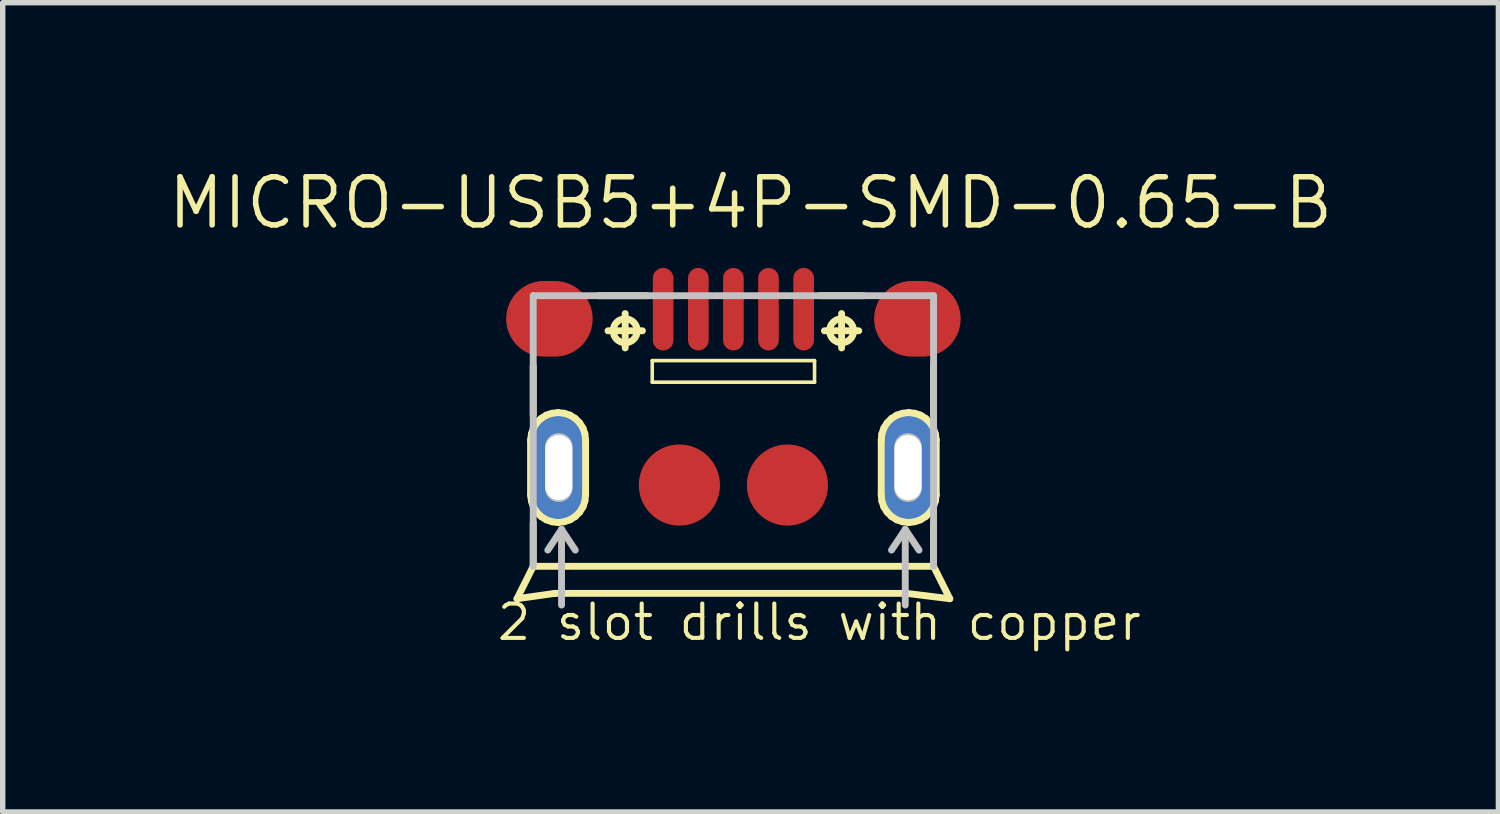
<source format=kicad_pcb>
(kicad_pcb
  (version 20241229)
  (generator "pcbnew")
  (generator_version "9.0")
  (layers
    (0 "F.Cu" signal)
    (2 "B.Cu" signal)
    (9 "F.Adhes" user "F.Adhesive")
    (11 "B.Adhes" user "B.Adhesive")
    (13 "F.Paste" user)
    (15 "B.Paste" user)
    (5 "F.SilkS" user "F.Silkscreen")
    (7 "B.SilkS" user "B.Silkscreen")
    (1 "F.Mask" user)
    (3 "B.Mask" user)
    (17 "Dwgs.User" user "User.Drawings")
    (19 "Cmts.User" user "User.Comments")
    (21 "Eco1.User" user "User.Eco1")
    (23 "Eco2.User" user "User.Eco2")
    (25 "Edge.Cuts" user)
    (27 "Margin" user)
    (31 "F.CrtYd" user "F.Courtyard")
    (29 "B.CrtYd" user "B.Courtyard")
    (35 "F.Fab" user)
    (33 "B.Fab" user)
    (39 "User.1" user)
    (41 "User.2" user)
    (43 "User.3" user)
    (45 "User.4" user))
  (footprint "MICRO-USB5+4P-SMD-0.65-B"
    (layer "F.Cu")
    (at 10.499 2.413)
    (property "Reference" "MICRO-USB5+4P-SMD-0.65-B" (at 0.318 -1.714 0) (layer "F.SilkS") (effects (font (size 0.889 0.889) (thickness 0.102))))
    (attr smd)
    (fp_line (start -3.747 2.667) (end -3.731 2.553) (stroke (width 0.127) (type solid)) (layer "F.SilkS"))
    (fp_line (start -3.747 3.683) (end -3.747 2.667) (stroke (width 0.127) (type solid)) (layer "F.SilkS"))
    (fp_line (start -3.731 2.553) (end -3.696 2.446) (stroke (width 0.127) (type solid)) (layer "F.SilkS"))
    (fp_line (start -3.731 3.795) (end -3.747 3.683) (stroke (width 0.127) (type solid)) (layer "F.SilkS"))
    (fp_line (start -3.698 2.2) (end -3.698 1.298) (stroke (width 0.127) (type solid)) (layer "F.SilkS"))
    (fp_line (start -3.698 4.999) (end -3.998 5.598) (stroke (width 0.127) (type solid)) (layer "F.SilkS"))
    (fp_line (start -3.698 4.999) (end -3.698 4.199) (stroke (width 0.127) (type solid)) (layer "F.SilkS"))
    (fp_line (start -3.698 4.999) (end 3.698 4.999) (stroke (width 0.127) (type solid)) (layer "F.SilkS"))
    (fp_line (start -3.696 2.446) (end -3.635 2.349) (stroke (width 0.127) (type solid)) (layer "F.SilkS"))
    (fp_line (start -3.696 3.901) (end -3.731 3.795) (stroke (width 0.127) (type solid)) (layer "F.SilkS"))
    (fp_line (start -3.635 2.349) (end -3.553 2.268) (stroke (width 0.127) (type solid)) (layer "F.SilkS"))
    (fp_line (start -3.635 3.998) (end -3.696 3.901) (stroke (width 0.127) (type solid)) (layer "F.SilkS"))
    (fp_line (start -3.553 2.268) (end -3.457 2.207) (stroke (width 0.127) (type solid)) (layer "F.SilkS"))
    (fp_line (start -3.553 4.079) (end -3.635 3.998) (stroke (width 0.127) (type solid)) (layer "F.SilkS"))
    (fp_line (start -3.457 2.207) (end -3.35 2.172) (stroke (width 0.127) (type solid)) (layer "F.SilkS"))
    (fp_line (start -3.457 4.14) (end -3.553 4.079) (stroke (width 0.127) (type solid)) (layer "F.SilkS"))
    (fp_line (start -3.35 2.172) (end -3.239 2.159) (stroke (width 0.127) (type solid)) (layer "F.SilkS"))
    (fp_line (start -3.35 4.176) (end -3.457 4.14) (stroke (width 0.127) (type solid)) (layer "F.SilkS"))
    (fp_line (start -3.299 5.499) (end -3.998 5.598) (stroke (width 0.127) (type solid)) (layer "F.SilkS"))
    (fp_line (start -3.299 5.499) (end 3.198 5.499) (stroke (width 0.127) (type solid)) (layer "F.SilkS"))
    (fp_line (start -3.239 2.159) (end -3.124 2.172) (stroke (width 0.127) (type solid)) (layer "F.SilkS"))
    (fp_line (start -3.239 4.191) (end -3.35 4.176) (stroke (width 0.127) (type solid)) (layer "F.SilkS"))
    (fp_line (start -3.124 2.172) (end -3.018 2.207) (stroke (width 0.127) (type solid)) (layer "F.SilkS"))
    (fp_line (start -3.124 4.176) (end -3.239 4.191) (stroke (width 0.127) (type solid)) (layer "F.SilkS"))
    (fp_line (start -3.018 2.207) (end -2.921 2.268) (stroke (width 0.127) (type solid)) (layer "F.SilkS"))
    (fp_line (start -3.018 4.14) (end -3.124 4.176) (stroke (width 0.127) (type solid)) (layer "F.SilkS"))
    (fp_line (start -2.921 2.268) (end -2.84 2.349) (stroke (width 0.127) (type solid)) (layer "F.SilkS"))
    (fp_line (start -2.921 4.079) (end -3.018 4.14) (stroke (width 0.127) (type solid)) (layer "F.SilkS"))
    (fp_line (start -2.84 2.349) (end -2.779 2.446) (stroke (width 0.127) (type solid)) (layer "F.SilkS"))
    (fp_line (start -2.84 3.998) (end -2.921 4.079) (stroke (width 0.127) (type solid)) (layer "F.SilkS"))
    (fp_line (start -2.779 2.446) (end -2.743 2.553) (stroke (width 0.127) (type solid)) (layer "F.SilkS"))
    (fp_line (start -2.779 3.901) (end -2.84 3.998) (stroke (width 0.127) (type solid)) (layer "F.SilkS"))
    (fp_line (start -2.743 2.553) (end -2.731 2.667) (stroke (width 0.127) (type solid)) (layer "F.SilkS"))
    (fp_line (start -2.743 3.795) (end -2.779 3.901) (stroke (width 0.127) (type solid)) (layer "F.SilkS"))
    (fp_line (start -2.731 2.667) (end -2.731 3.683) (stroke (width 0.127) (type solid)) (layer "F.SilkS"))
    (fp_line (start -2.731 3.683) (end -2.743 3.795) (stroke (width 0.127) (type solid)) (layer "F.SilkS"))
    (fp_line (start -2.499 0) (end -1.598 0) (stroke (width 0.127) (type solid)) (layer "F.SilkS"))
    (fp_line (start -2.316 0.648) (end -1.681 0.648) (stroke (width 0.127) (type solid)) (layer "F.SilkS"))
    (fp_line (start -1.999 0.965) (end -1.999 0.33) (stroke (width 0.127) (type solid)) (layer "F.SilkS"))
    (fp_line (start -1.499 1.199) (end 1.499 1.199) (stroke (width 0.066) (type solid)) (layer "F.SilkS"))
    (fp_line (start -1.499 1.598) (end -1.499 1.199) (stroke (width 0.066) (type solid)) (layer "F.SilkS"))
    (fp_line (start -1.499 1.598) (end 1.499 1.598) (stroke (width 0.066) (type solid)) (layer "F.SilkS"))
    (fp_line (start 1.499 1.598) (end 1.499 1.199) (stroke (width 0.066) (type solid)) (layer "F.SilkS"))
    (fp_line (start 1.598 0) (end 2.398 0) (stroke (width 0.127) (type solid)) (layer "F.SilkS"))
    (fp_line (start 1.681 0.648) (end 2.316 0.648) (stroke (width 0.127) (type solid)) (layer "F.SilkS"))
    (fp_line (start 1.999 0.965) (end 1.999 0.33) (stroke (width 0.127) (type solid)) (layer "F.SilkS"))
    (fp_line (start 2.731 2.667) (end 2.743 2.553) (stroke (width 0.127) (type solid)) (layer "F.SilkS"))
    (fp_line (start 2.731 3.683) (end 2.731 2.667) (stroke (width 0.127) (type solid)) (layer "F.SilkS"))
    (fp_line (start 2.743 2.553) (end 2.779 2.446) (stroke (width 0.127) (type solid)) (layer "F.SilkS"))
    (fp_line (start 2.743 3.795) (end 2.731 3.683) (stroke (width 0.127) (type solid)) (layer "F.SilkS"))
    (fp_line (start 2.779 2.446) (end 2.84 2.349) (stroke (width 0.127) (type solid)) (layer "F.SilkS"))
    (fp_line (start 2.779 3.901) (end 2.743 3.795) (stroke (width 0.127) (type solid)) (layer "F.SilkS"))
    (fp_line (start 2.84 2.349) (end 2.921 2.268) (stroke (width 0.127) (type solid)) (layer "F.SilkS"))
    (fp_line (start 2.84 3.998) (end 2.779 3.901) (stroke (width 0.127) (type solid)) (layer "F.SilkS"))
    (fp_line (start 2.921 2.268) (end 3.018 2.207) (stroke (width 0.127) (type solid)) (layer "F.SilkS"))
    (fp_line (start 2.921 4.079) (end 2.84 3.998) (stroke (width 0.127) (type solid)) (layer "F.SilkS"))
    (fp_line (start 3.018 2.207) (end 3.124 2.172) (stroke (width 0.127) (type solid)) (layer "F.SilkS"))
    (fp_line (start 3.018 4.14) (end 2.921 4.079) (stroke (width 0.127) (type solid)) (layer "F.SilkS"))
    (fp_line (start 3.124 2.172) (end 3.239 2.159) (stroke (width 0.127) (type solid)) (layer "F.SilkS"))
    (fp_line (start 3.124 4.176) (end 3.018 4.14) (stroke (width 0.127) (type solid)) (layer "F.SilkS"))
    (fp_line (start 3.198 5.499) (end 3.998 5.598) (stroke (width 0.127) (type solid)) (layer "F.SilkS"))
    (fp_line (start 3.239 2.159) (end 3.35 2.172) (stroke (width 0.127) (type solid)) (layer "F.SilkS"))
    (fp_line (start 3.239 4.191) (end 3.124 4.176) (stroke (width 0.127) (type solid)) (layer "F.SilkS"))
    (fp_line (start 3.35 2.172) (end 3.457 2.207) (stroke (width 0.127) (type solid)) (layer "F.SilkS"))
    (fp_line (start 3.35 4.176) (end 3.239 4.191) (stroke (width 0.127) (type solid)) (layer "F.SilkS"))
    (fp_line (start 3.457 2.207) (end 3.553 2.268) (stroke (width 0.127) (type solid)) (layer "F.SilkS"))
    (fp_line (start 3.457 4.14) (end 3.35 4.176) (stroke (width 0.127) (type solid)) (layer "F.SilkS"))
    (fp_line (start 3.553 2.268) (end 3.635 2.349) (stroke (width 0.127) (type solid)) (layer "F.SilkS"))
    (fp_line (start 3.553 4.079) (end 3.457 4.14) (stroke (width 0.127) (type solid)) (layer "F.SilkS"))
    (fp_line (start 3.635 2.349) (end 3.696 2.446) (stroke (width 0.127) (type solid)) (layer "F.SilkS"))
    (fp_line (start 3.635 3.998) (end 3.553 4.079) (stroke (width 0.127) (type solid)) (layer "F.SilkS"))
    (fp_line (start 3.696 2.446) (end 3.731 2.553) (stroke (width 0.127) (type solid)) (layer "F.SilkS"))
    (fp_line (start 3.696 3.901) (end 3.635 3.998) (stroke (width 0.127) (type solid)) (layer "F.SilkS"))
    (fp_line (start 3.698 1.298) (end 3.698 2.2) (stroke (width 0.127) (type solid)) (layer "F.SilkS"))
    (fp_line (start 3.698 4.199) (end 3.698 4.999) (stroke (width 0.127) (type solid)) (layer "F.SilkS"))
    (fp_line (start 3.698 4.999) (end 3.998 5.598) (stroke (width 0.127) (type solid)) (layer "F.SilkS"))
    (fp_line (start 3.731 2.553) (end 3.747 2.667) (stroke (width 0.127) (type solid)) (layer "F.SilkS"))
    (fp_line (start 3.731 3.795) (end 3.696 3.901) (stroke (width 0.127) (type solid)) (layer "F.SilkS"))
    (fp_line (start 3.747 2.667) (end 3.747 3.683) (stroke (width 0.127) (type solid)) (layer "F.SilkS"))
    (fp_line (start 3.747 3.683) (end 3.731 3.795) (stroke (width 0.127) (type solid)) (layer "F.SilkS"))
    (fp_circle (center -1.999 0.648) (end -2.156 0.805) (stroke (width 0.127) (type solid)) (fill no) (layer "F.SilkS"))
    (fp_circle (center 1.999 0.648) (end 2.156 0.805) (stroke (width 0.127) (type solid)) (fill no) (layer "F.SilkS"))
    (fp_line (start -3.698 0) (end 3.698 0) (stroke (width 0.127) (type solid)) (layer "Dwgs.User"))
    (fp_line (start -3.698 4.999) (end -3.698 0) (stroke (width 0.127) (type solid)) (layer "Dwgs.User"))
    (fp_line (start -3.226 2.794) (end -3.226 3.556) (stroke (width 0.508) (type solid)) (layer "Dwgs.User"))
    (fp_line (start -3.175 4.318) (end -3.429 4.699) (stroke (width 0.127) (type solid)) (layer "Dwgs.User"))
    (fp_line (start -3.175 4.318) (end -2.921 4.699) (stroke (width 0.127) (type solid)) (layer "Dwgs.User"))
    (fp_line (start -3.175 5.715) (end -3.175 4.318) (stroke (width 0.127) (type solid)) (layer "Dwgs.User"))
    (fp_line (start 3.175 4.318) (end 2.921 4.699) (stroke (width 0.127) (type solid)) (layer "Dwgs.User"))
    (fp_line (start 3.175 4.318) (end 3.429 4.699) (stroke (width 0.127) (type solid)) (layer "Dwgs.User"))
    (fp_line (start 3.175 5.715) (end 3.175 4.318) (stroke (width 0.127) (type solid)) (layer "Dwgs.User"))
    (fp_line (start 3.226 2.794) (end 3.226 3.556) (stroke (width 0.508) (type solid)) (layer "Dwgs.User"))
    (fp_line (start 3.698 0) (end 3.698 4.999) (stroke (width 0.127) (type solid)) (layer "Dwgs.User"))
    (fp_text user "2 slot drills with copper" (at 1.587 6.032 0) (layer "F.SilkS") (effects (font (size 0.635 0.635) (thickness 0.076))))
    (pad "1" smd oval (at -1.298 0.249 180) (size 0.381 1.524) (layers "F.Cu" "F.Mask" "F.Paste"))
    (pad "2" smd oval (at -0.648 0.249 180) (size 0.381 1.524) (layers "F.Cu" "F.Mask" "F.Paste"))
    (pad "3" smd oval (at 0 0.249 180) (size 0.381 1.524) (layers "F.Cu" "F.Mask" "F.Paste"))
    (pad "4" smd oval (at 0.648 0.249 180) (size 0.381 1.524) (layers "F.Cu" "F.Mask" "F.Paste"))
    (pad "5" smd oval (at 1.298 0.249 180) (size 0.381 1.524) (layers "F.Cu" "F.Mask" "F.Paste"))
    (pad "S1" smd oval (at -3.399 0.427 90) (size 1.397 1.598) (layers "F.Cu" "F.Mask" "F.Paste"))
    (pad "S2" thru_hole oval (at -3.226 3.175 180) (size 1.016 2.032) (drill oval 0.5 1.2) (layers "*.Cu" "*.Paste" "*.Mask"))
    (pad "S3" smd circle (at -0.998 3.498) (size 1.499 1.499) (layers "F.Cu" "F.Mask" "F.Paste"))
    (pad "S4" smd circle (at 0.998 3.498) (size 1.499 1.499) (layers "F.Cu" "F.Mask" "F.Paste"))
    (pad "S5" thru_hole oval (at 3.226 3.175 180) (size 1.016 2.032) (drill oval 0.5 1.2) (layers "*.Cu" "*.Paste" "*.Mask"))
    (pad "S6" smd oval (at 3.399 0.427 90) (size 1.397 1.598) (layers "F.Cu" "F.Mask" "F.Paste")))
  (gr_rect
    (start -3 -3)
    (end 24.632 11.951)
    (stroke (width 0.1) (type default))
    (fill no)
    (layer "Edge.Cuts")))
</source>
